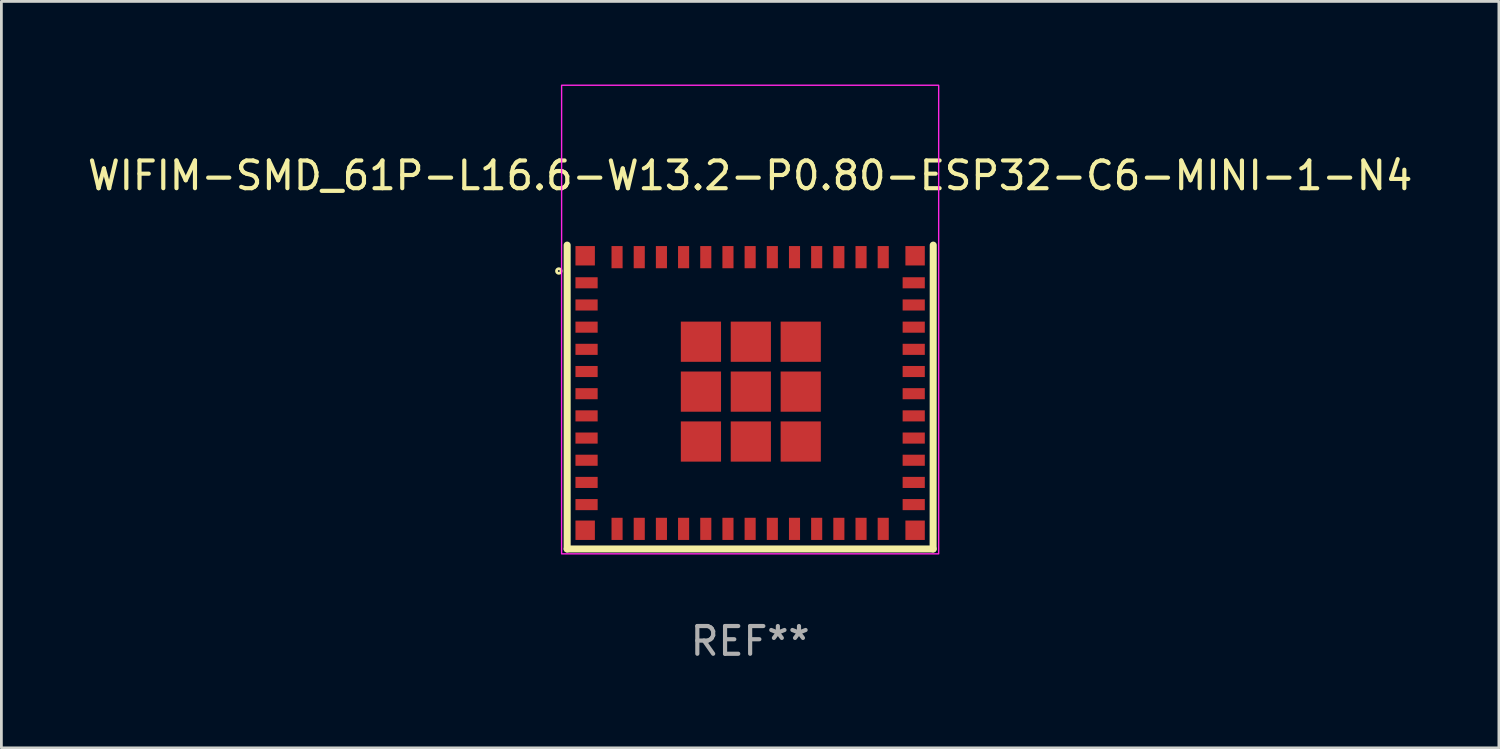
<source format=kicad_pcb>
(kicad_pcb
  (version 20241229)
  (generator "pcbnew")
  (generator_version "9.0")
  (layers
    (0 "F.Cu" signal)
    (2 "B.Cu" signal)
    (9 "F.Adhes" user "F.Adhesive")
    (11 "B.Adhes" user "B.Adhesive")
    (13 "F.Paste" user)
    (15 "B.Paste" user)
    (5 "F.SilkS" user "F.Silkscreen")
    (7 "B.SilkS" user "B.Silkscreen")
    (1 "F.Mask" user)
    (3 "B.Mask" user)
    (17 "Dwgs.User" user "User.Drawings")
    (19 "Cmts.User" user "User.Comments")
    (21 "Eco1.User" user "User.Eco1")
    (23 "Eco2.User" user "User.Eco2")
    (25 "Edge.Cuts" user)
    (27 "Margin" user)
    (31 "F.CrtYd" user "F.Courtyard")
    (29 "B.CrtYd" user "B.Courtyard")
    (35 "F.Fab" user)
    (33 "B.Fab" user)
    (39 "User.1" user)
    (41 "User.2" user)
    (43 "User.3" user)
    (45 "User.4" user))
  (footprint "WIFIM-SMD_61P-L16.6-W13.2-P0.80-ESP32-C6-MINI-1-N4"
    (layer "F.Cu")
    (at 24.006 11.125)
    (property "Reference" "WIFIM-SMD_61P-L16.6-W13.2-P0.80-ESP32-C6-MINI-1-N4" (at 0 -7.842 0) (layer "F.SilkS") (effects (font (size 1 1) (thickness 0.15))))
    (attr smd)
    (fp_line (start -6.6 -5.334) (end -6.6 5.625) (stroke (width 0.254) (type solid)) (layer "F.SilkS"))
    (fp_line (start -6.6 5.625) (end 6.6 5.625) (stroke (width 0.254) (type solid)) (layer "F.SilkS"))
    (fp_line (start 6.6 5.625) (end 6.604 -5.334) (stroke (width 0.254) (type solid)) (layer "F.SilkS"))
    (fp_circle (center -6.9 -4.4) (end -6.934 -4.4) (stroke (width 0.1) (type solid)) (fill no) (layer "F.SilkS"))
    (fp_rect (start -6.8 -11.1) (end 6.8 5.8) (stroke (width 0.05) (type default)) (fill no) (layer "F.CrtYd"))
    (fp_text user "REF**" (at 0 8.95 0) (layer "F.Fab") (effects (font (size 1 1) (thickness 0.15))))
    (pad "1" smd rect (at -5.9 -3.975) (size 0.8 0.4) (layers "F.Cu" "F.Mask" "F.Paste"))
    (pad "2" smd rect (at -5.9 -3.175) (size 0.8 0.4) (layers "F.Cu" "F.Mask" "F.Paste"))
    (pad "3" smd rect (at -5.9 -2.375) (size 0.8 0.4) (layers "F.Cu" "F.Mask" "F.Paste"))
    (pad "4" smd rect (at -5.9 -1.575) (size 0.8 0.4) (layers "F.Cu" "F.Mask" "F.Paste"))
    (pad "5" smd rect (at -5.9 -0.775) (size 0.8 0.4) (layers "F.Cu" "F.Mask" "F.Paste"))
    (pad "6" smd rect (at -5.9 0.025) (size 0.8 0.4) (layers "F.Cu" "F.Mask" "F.Paste"))
    (pad "7" smd rect (at -5.9 0.825) (size 0.8 0.4) (layers "F.Cu" "F.Mask" "F.Paste"))
    (pad "8" smd rect (at -5.9 1.625) (size 0.8 0.4) (layers "F.Cu" "F.Mask" "F.Paste"))
    (pad "9" smd rect (at -5.9 2.425) (size 0.8 0.4) (layers "F.Cu" "F.Mask" "F.Paste"))
    (pad "10" smd rect (at -5.9 3.225) (size 0.8 0.4) (layers "F.Cu" "F.Mask" "F.Paste"))
    (pad "11" smd rect (at -5.9 4.025) (size 0.8 0.4) (layers "F.Cu" "F.Mask" "F.Paste"))
    (pad "12" smd rect (at -4.8 4.9 270) (size 0.8 0.4) (layers "F.Cu" "F.Mask" "F.Paste"))
    (pad "13" smd rect (at -4 4.9 270) (size 0.8 0.4) (layers "F.Cu" "F.Mask" "F.Paste"))
    (pad "14" smd rect (at -3.2 4.9 270) (size 0.8 0.4) (layers "F.Cu" "F.Mask" "F.Paste"))
    (pad "15" smd rect (at -2.4 4.9 270) (size 0.8 0.4) (layers "F.Cu" "F.Mask" "F.Paste"))
    (pad "16" smd rect (at -1.6 4.9 270) (size 0.8 0.4) (layers "F.Cu" "F.Mask" "F.Paste"))
    (pad "17" smd rect (at -0.8 4.9 270) (size 0.8 0.4) (layers "F.Cu" "F.Mask" "F.Paste"))
    (pad "18" smd rect (at -0.000152 4.9 270) (size 0.8 0.4) (layers "F.Cu" "F.Mask" "F.Paste"))
    (pad "19" smd rect (at 0.8 4.9 270) (size 0.8 0.4) (layers "F.Cu" "F.Mask" "F.Paste"))
    (pad "20" smd rect (at 1.6 4.9 270) (size 0.8 0.4) (layers "F.Cu" "F.Mask" "F.Paste"))
    (pad "21" smd rect (at 2.4 4.9 270) (size 0.8 0.4) (layers "F.Cu" "F.Mask" "F.Paste"))
    (pad "22" smd rect (at 3.2 4.9 270) (size 0.8 0.4) (layers "F.Cu" "F.Mask" "F.Paste"))
    (pad "23" smd rect (at 4 4.9 270) (size 0.8 0.4) (layers "F.Cu" "F.Mask" "F.Paste"))
    (pad "24" smd rect (at 4.8 4.9 270) (size 0.8 0.4) (layers "F.Cu" "F.Mask" "F.Paste"))
    (pad "25" smd rect (at 5.9 4.025) (size 0.8 0.4) (layers "F.Cu" "F.Mask" "F.Paste"))
    (pad "26" smd rect (at 5.9 3.225) (size 0.8 0.4) (layers "F.Cu" "F.Mask" "F.Paste"))
    (pad "27" smd rect (at 5.9 2.425) (size 0.8 0.4) (layers "F.Cu" "F.Mask" "F.Paste"))
    (pad "28" smd rect (at 5.9 1.625) (size 0.8 0.4) (layers "F.Cu" "F.Mask" "F.Paste"))
    (pad "29" smd rect (at 5.9 0.825) (size 0.8 0.4) (layers "F.Cu" "F.Mask" "F.Paste"))
    (pad "30" smd rect (at 5.9 0.025) (size 0.8 0.4) (layers "F.Cu" "F.Mask" "F.Paste"))
    (pad "31" smd rect (at 5.9 -0.775) (size 0.8 0.4) (layers "F.Cu" "F.Mask" "F.Paste"))
    (pad "32" smd rect (at 5.9 -1.575) (size 0.8 0.4) (layers "F.Cu" "F.Mask" "F.Paste"))
    (pad "33" smd rect (at 5.9 -2.375) (size 0.8 0.4) (layers "F.Cu" "F.Mask" "F.Paste"))
    (pad "34" smd rect (at 5.9 -3.175) (size 0.8 0.4) (layers "F.Cu" "F.Mask" "F.Paste"))
    (pad "35" smd rect (at 5.9 -3.975) (size 0.8 0.4) (layers "F.Cu" "F.Mask" "F.Paste"))
    (pad "36" smd rect (at 4.8 -4.9 270) (size 0.8 0.4) (layers "F.Cu" "F.Mask" "F.Paste"))
    (pad "37" smd rect (at 4 -4.9 270) (size 0.8 0.4) (layers "F.Cu" "F.Mask" "F.Paste"))
    (pad "38" smd rect (at 3.2 -4.9 270) (size 0.8 0.4) (layers "F.Cu" "F.Mask" "F.Paste"))
    (pad "39" smd rect (at 2.4 -4.9 270) (size 0.8 0.4) (layers "F.Cu" "F.Mask" "F.Paste"))
    (pad "40" smd rect (at 1.6 -4.9 270) (size 0.8 0.4) (layers "F.Cu" "F.Mask" "F.Paste"))
    (pad "41" smd rect (at 0.8 -4.9 270) (size 0.8 0.4) (layers "F.Cu" "F.Mask" "F.Paste"))
    (pad "42" smd rect (at 0.000102 -4.9 270) (size 0.8 0.4) (layers "F.Cu" "F.Mask" "F.Paste"))
    (pad "43" smd rect (at -0.8 -4.9 270) (size 0.8 0.4) (layers "F.Cu" "F.Mask" "F.Paste"))
    (pad "44" smd rect (at -1.6 -4.9 270) (size 0.8 0.4) (layers "F.Cu" "F.Mask" "F.Paste"))
    (pad "45" smd rect (at -2.4 -4.9 270) (size 0.8 0.4) (layers "F.Cu" "F.Mask" "F.Paste"))
    (pad "46" smd rect (at -3.2 -4.9 270) (size 0.8 0.4) (layers "F.Cu" "F.Mask" "F.Paste"))
    (pad "47" smd rect (at -4 -4.9 270) (size 0.8 0.4) (layers "F.Cu" "F.Mask" "F.Paste"))
    (pad "48" smd rect (at -4.8 -4.9 270) (size 0.8 0.4) (layers "F.Cu" "F.Mask" "F.Paste"))
    (pad "49" smd rect (at -1.775 -1.85) (size 1.45 1.45) (layers "F.Cu" "F.Mask" "F.Paste"))
    (pad "49" smd rect (at -1.775 -0.05) (size 1.45 1.45) (layers "F.Cu" "F.Mask" "F.Paste"))
    (pad "49" smd rect (at -1.775 1.75) (size 1.45 1.45) (layers "F.Cu" "F.Mask" "F.Paste"))
    (pad "49" smd rect (at 0.025 -1.85) (size 1.45 1.45) (layers "F.Cu" "F.Mask" "F.Paste"))
    (pad "49" smd rect (at 0.025 -0.05) (size 1.45 1.45) (layers "F.Cu" "F.Mask" "F.Paste"))
    (pad "49" smd rect (at 0.025 1.75) (size 1.45 1.45) (layers "F.Cu" "F.Mask" "F.Paste"))
    (pad "49" smd rect (at 1.825 -1.85) (size 1.45 1.45) (layers "F.Cu" "F.Mask" "F.Paste"))
    (pad "49" smd rect (at 1.825 -0.05) (size 1.45 1.45) (layers "F.Cu" "F.Mask" "F.Paste"))
    (pad "49" smd rect (at 1.825 1.75) (size 1.45 1.45) (layers "F.Cu" "F.Mask" "F.Paste"))
    (pad "50" smd rect (at 5.95 -4.95) (size 0.7 0.7) (layers "F.Cu" "F.Mask" "F.Paste"))
    (pad "51" smd rect (at 5.95 4.95) (size 0.7 0.7) (layers "F.Cu" "F.Mask" "F.Paste"))
    (pad "52" smd rect (at -5.95 4.95) (size 0.7 0.7) (layers "F.Cu" "F.Mask" "F.Paste"))
    (pad "53" smd rect (at -5.95 -4.95) (size 0.7 0.7) (layers "F.Cu" "F.Mask" "F.Paste")))
  (gr_rect
    (start -3 -3)
    (end 51.012 23.923)
    (stroke (width 0.1) (type default))
    (fill no)
    (layer "Edge.Cuts")))
</source>
